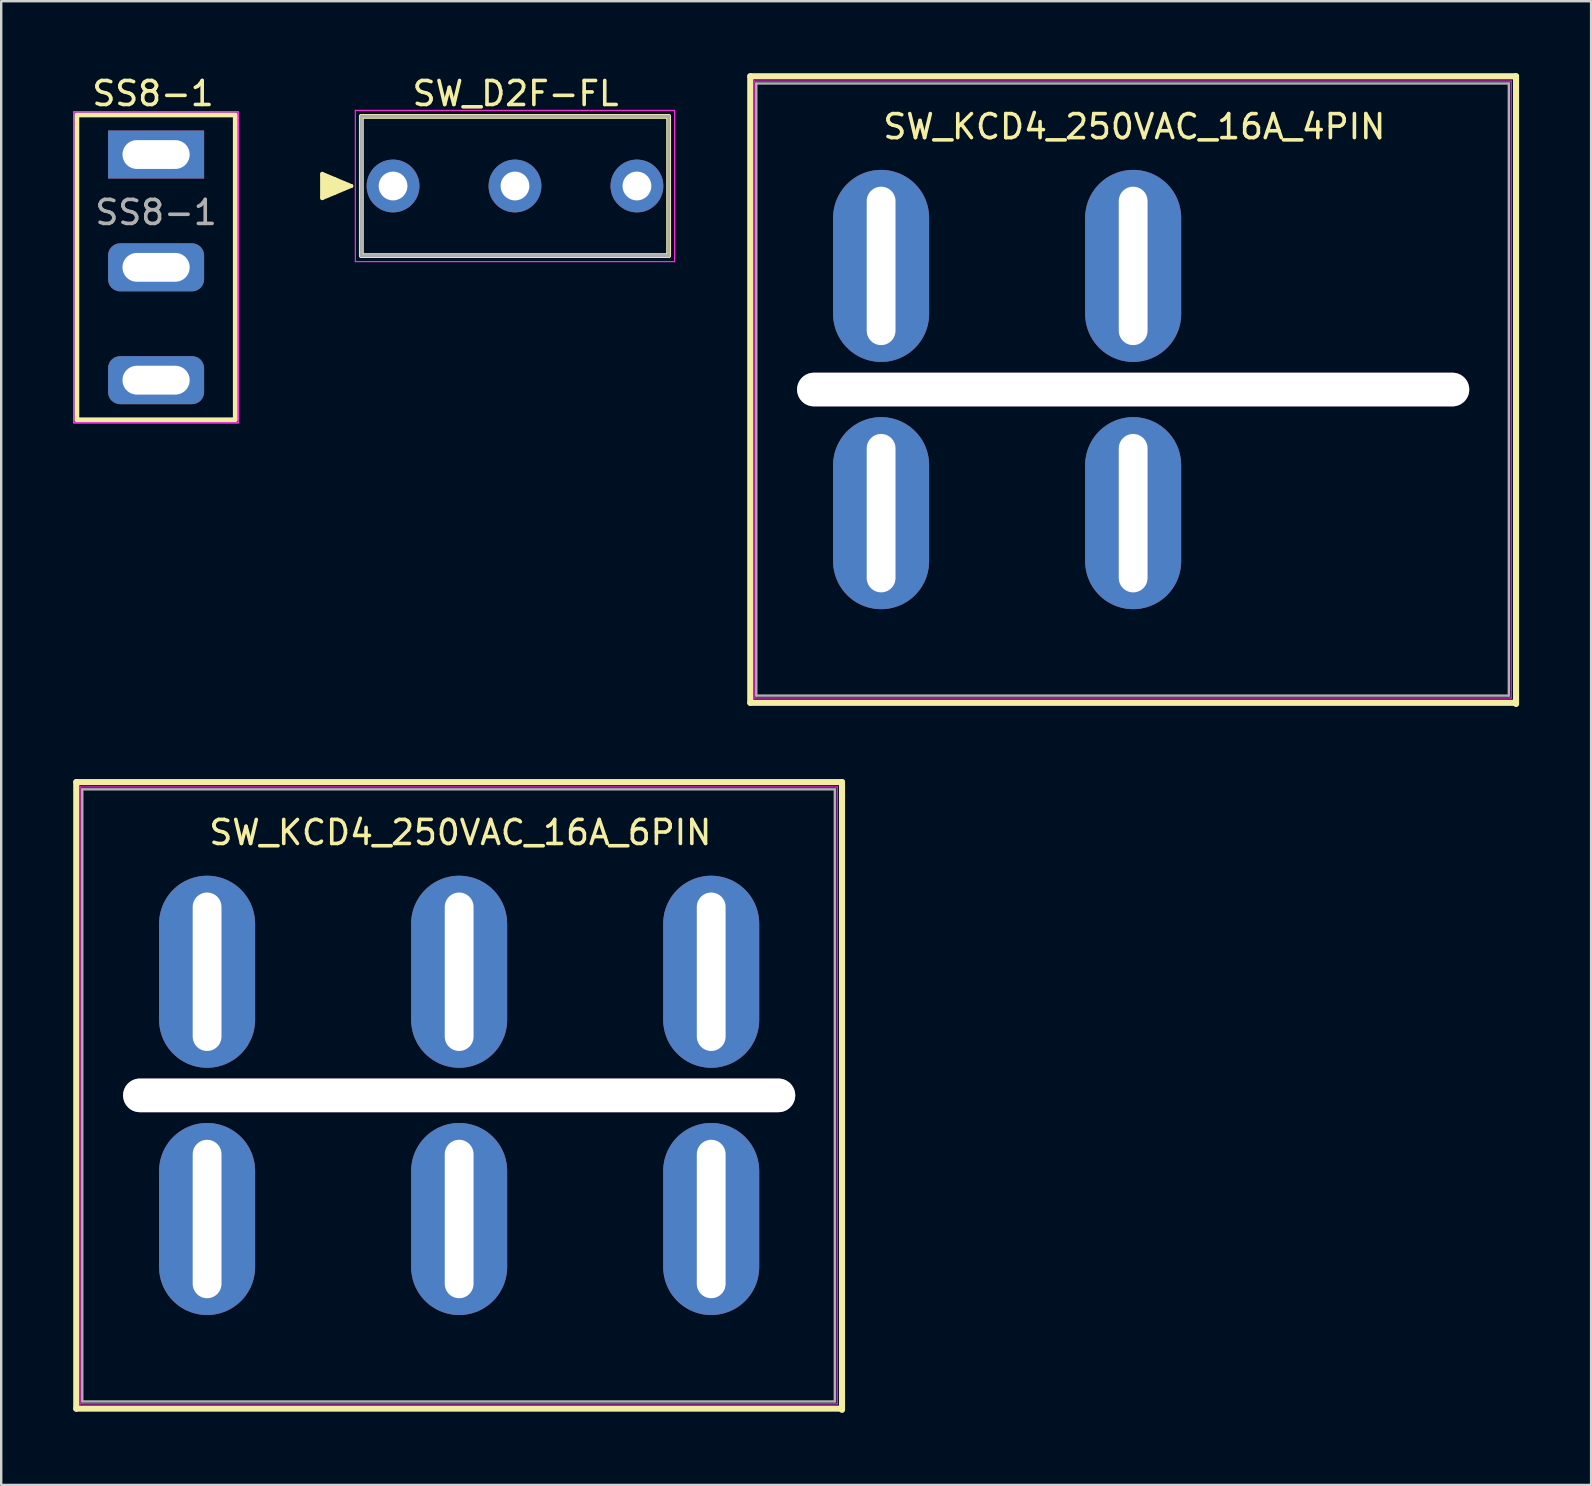
<source format=kicad_pcb>
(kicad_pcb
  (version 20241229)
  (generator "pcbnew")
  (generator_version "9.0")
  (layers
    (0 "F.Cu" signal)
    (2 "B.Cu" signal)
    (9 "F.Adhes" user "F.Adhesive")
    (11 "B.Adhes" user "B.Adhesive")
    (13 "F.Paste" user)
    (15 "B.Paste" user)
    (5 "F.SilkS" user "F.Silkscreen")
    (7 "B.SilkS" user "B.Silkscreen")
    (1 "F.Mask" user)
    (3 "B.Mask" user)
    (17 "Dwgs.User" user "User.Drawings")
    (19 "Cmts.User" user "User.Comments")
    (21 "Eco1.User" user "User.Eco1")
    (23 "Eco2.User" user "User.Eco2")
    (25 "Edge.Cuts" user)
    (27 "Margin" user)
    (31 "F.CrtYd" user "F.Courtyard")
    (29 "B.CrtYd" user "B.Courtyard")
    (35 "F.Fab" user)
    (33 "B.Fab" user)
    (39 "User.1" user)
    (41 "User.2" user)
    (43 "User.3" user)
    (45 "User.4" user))
  (footprint "SW_KCD4_250VAC_16A_6PIN"
    (layer "F.Cu")
    (at 16.077 42.581)
    (property "Reference" "SW_KCD4_250VAC_16A_6PIN" (at 0.05 -10.95 180) (layer "F.SilkS") (effects (font (size 1 1) (thickness 0.15))))
    (attr through_hole)
    (fp_line (start -15.95 13.05) (end -15.95 -13.05) (stroke (width 0.254) (type solid)) (layer "F.SilkS"))
    (fp_line (start 15.95 -13.05) (end -15.95 -13.05) (stroke (width 0.254) (type solid)) (layer "F.SilkS"))
    (fp_line (start 15.95 -13.05) (end 15.95 13.1) (stroke (width 0.254) (type solid)) (layer "F.SilkS"))
    (fp_line (start 15.95 13.05) (end -15.95 13.05) (stroke (width 0.254) (type solid)) (layer "F.SilkS"))
    (fp_line (start -15.79 -12.85) (end 15.75 -12.85) (stroke (width 0.05) (type solid)) (layer "F.CrtYd"))
    (fp_line (start -15.79 12.85) (end -15.79 -12.85) (stroke (width 0.05) (type solid)) (layer "F.CrtYd"))
    (fp_line (start -15.79 12.85) (end 15.75 12.85) (stroke (width 0.05) (type solid)) (layer "F.CrtYd"))
    (fp_line (start 15.75 -12.85) (end 15.75 12.85) (stroke (width 0.05) (type solid)) (layer "F.CrtYd"))
    (fp_line (start -15.7 -12.75) (end -15.7 12.75) (stroke (width 0.1) (type solid)) (layer "F.Fab"))
    (fp_line (start -15.7 -12.75) (end 15.65 -12.75) (stroke (width 0.1) (type solid)) (layer "F.Fab"))
    (fp_line (start 15.65 12.75) (end -15.7 12.75) (stroke (width 0.1) (type solid)) (layer "F.Fab"))
    (fp_line (start 15.65 12.75) (end 15.65 -12.75) (stroke (width 0.1) (type solid)) (layer "F.Fab"))
    (pad "" thru_hole oval (at 0 0) (size 28 1.4) (drill oval 28 1.4) (layers "*.Cu" "*.Mask"))
    (pad "1" thru_hole oval (at -10.5 -5.15 180) (size 4 8) (drill oval 1.2 6.6) (layers "*.Cu" "*.Mask"))
    (pad "2" thru_hole oval (at -10.5 5.15 180) (size 4 8) (drill oval 1.2 6.6) (layers "*.Cu" "*.Mask"))
    (pad "3" thru_hole oval (at 0 5.15 180) (size 4 8) (drill oval 1.2 6.6) (layers "*.Cu" "*.Mask"))
    (pad "4" thru_hole oval (at 0 -5.15 180) (size 4 8) (drill oval 1.2 6.6) (layers "*.Cu" "*.Mask"))
    (pad "5" thru_hole oval (at 10.5 5.15 180) (size 4 8) (drill oval 1.2 6.6) (layers "*.Cu" "*.Mask"))
    (pad "6" thru_hole oval (at 10.5 -5.15 180) (size 4 8) (drill oval 1.2 6.6) (layers "*.Cu" "*.Mask")))
  (footprint "SS8-1"
    (layer "F.Cu")
    (at 3.452 8.087)
    (property "Reference" "SS8-1" (at -0.127 -7.239 0) (layer "F.SilkS") (effects (font (size 1 1) (thickness 0.15))))
    (attr through_hole)
    (fp_rect (start -3.3 6.35) (end 3.3 -6.35) (stroke (width 0.2) (type solid)) (fill no) (layer "F.SilkS"))
    (fp_rect (start -3.427 6.477) (end 3.427 -6.477) (stroke (width 0.05) (type solid)) (fill no) (layer "F.CrtYd"))
    (fp_rect (start -3.427 6.477) (end 3.427 -6.477) (stroke (width 0.05) (type solid)) (fill no) (layer "F.Fab"))
    (fp_text user "${REFERENCE}" (at 0 -2.286 0) (layer "F.Fab") (effects (font (size 1 1) (thickness 0.15))))
    (pad "1" thru_hole trapezoid (at 0 -4.7) (size 4 2) (drill oval 2.8 1.2) (layers "*.Cu" "*.Mask"))
    (pad "2" thru_hole roundrect (at 0 0) (size 4 2) (drill oval 2.8 1.2) (layers "*.Cu" "*.Mask") (roundrect_rratio 0.25))
    (pad "3" thru_hole roundrect (at 0 4.7) (size 4 2) (drill oval 2.8 1.2) (layers "*.Cu" "*.Mask") (roundrect_rratio 0.25)))
  (footprint "SW_D2F-FL"
    (layer "F.Cu")
    (at 18.403 4.698)
    (property "Reference" "SW_D2F-FL" (at 0.025 -3.85 0) (layer "F.SilkS") (effects (font (size 1 1) (thickness 0.15))))
    (attr through_hole)
    (fp_line (start -6.4 -2.9) (end 6.4 -2.9) (stroke (width 0.2) (type solid)) (layer "F.SilkS"))
    (fp_line (start -6.4 2.9) (end -6.4 -2.9) (stroke (width 0.2) (type solid)) (layer "F.SilkS"))
    (fp_line (start 6.4 -2.9) (end 6.4 2.9) (stroke (width 0.2) (type solid)) (layer "F.SilkS"))
    (fp_line (start 6.4 2.9) (end -6.4 2.9) (stroke (width 0.2) (type solid)) (layer "F.SilkS"))
    (fp_line (start -6.65 -3.15) (end 6.65 -3.15) (stroke (width 0.05) (type solid)) (layer "F.CrtYd"))
    (fp_line (start -6.65 3.15) (end -6.65 -3.15) (stroke (width 0.05) (type solid)) (layer "F.CrtYd"))
    (fp_line (start 6.65 -3.15) (end 6.65 3.15) (stroke (width 0.05) (type solid)) (layer "F.CrtYd"))
    (fp_line (start 6.65 3.15) (end -6.65 3.15) (stroke (width 0.05) (type solid)) (layer "F.CrtYd"))
    (fp_line (start -6.4 -2.9) (end 6.4 -2.9) (stroke (width 0.127) (type solid)) (layer "F.Fab"))
    (fp_line (start -6.4 2.9) (end -6.4 -2.9) (stroke (width 0.127) (type solid)) (layer "F.Fab"))
    (fp_line (start 6.4 -2.9) (end 6.4 2.9) (stroke (width 0.127) (type solid)) (layer "F.Fab"))
    (fp_line (start 6.4 2.9) (end -6.4 2.9) (stroke (width 0.127) (type solid)) (layer "F.Fab"))
    (fp_text user "▲" (at -7.3 0 270) (unlocked yes) (layer "F.SilkS") (effects (font (size 1.6 1.2) (thickness 0.15))))
    (pad "1" thru_hole circle (at 0 0) (size 2.2 2.2) (drill 1.2) (layers "*.Cu" "*.Mask"))
    (pad "2" thru_hole circle (at -5.08 0) (size 2.2 2.2) (drill 1.2) (layers "*.Cu" "*.Mask"))
    (pad "3" thru_hole circle (at 5.08 0) (size 2.2 2.2) (drill 1.2) (layers "*.Cu" "*.Mask")))
  (footprint "SW_KCD4_250VAC_16A_4PIN"
    (layer "F.Cu")
    (at 44.155 13.177)
    (property "Reference" "SW_KCD4_250VAC_16A_4PIN" (at 0.05 -10.95 180) (layer "F.SilkS") (effects (font (size 1 1) (thickness 0.15))))
    (attr through_hole)
    (fp_line (start -15.95 13.05) (end -15.95 -13.05) (stroke (width 0.254) (type solid)) (layer "F.SilkS"))
    (fp_line (start 15.95 -13.05) (end -15.95 -13.05) (stroke (width 0.254) (type solid)) (layer "F.SilkS"))
    (fp_line (start 15.95 -13.05) (end 15.95 13.1) (stroke (width 0.254) (type solid)) (layer "F.SilkS"))
    (fp_line (start 15.95 13.05) (end -15.95 13.05) (stroke (width 0.254) (type solid)) (layer "F.SilkS"))
    (fp_line (start -15.79 -12.85) (end 15.75 -12.85) (stroke (width 0.05) (type solid)) (layer "F.CrtYd"))
    (fp_line (start -15.79 12.85) (end -15.79 -12.85) (stroke (width 0.05) (type solid)) (layer "F.CrtYd"))
    (fp_line (start -15.79 12.85) (end 15.75 12.85) (stroke (width 0.05) (type solid)) (layer "F.CrtYd"))
    (fp_line (start 15.75 -12.85) (end 15.75 12.85) (stroke (width 0.05) (type solid)) (layer "F.CrtYd"))
    (fp_line (start -15.7 -12.75) (end -15.7 12.75) (stroke (width 0.1) (type solid)) (layer "F.Fab"))
    (fp_line (start -15.7 -12.75) (end 15.65 -12.75) (stroke (width 0.1) (type solid)) (layer "F.Fab"))
    (fp_line (start 15.65 12.75) (end -15.7 12.75) (stroke (width 0.1) (type solid)) (layer "F.Fab"))
    (fp_line (start 15.65 12.75) (end 15.65 -12.75) (stroke (width 0.1) (type solid)) (layer "F.Fab"))
    (pad "" thru_hole oval (at 0 0) (size 28 1.4) (drill oval 28 1.4) (layers "*.Cu" "*.Mask"))
    (pad "1" thru_hole oval (at -10.5 -5.15 180) (size 4 8) (drill oval 1.2 6.6) (layers "*.Cu" "*.Mask"))
    (pad "2" thru_hole oval (at -10.5 5.15 180) (size 4 8) (drill oval 1.2 6.6) (layers "*.Cu" "*.Mask"))
    (pad "3" thru_hole oval (at 0 5.15 180) (size 4 8) (drill oval 1.2 6.6) (layers "*.Cu" "*.Mask"))
    (pad "4" thru_hole oval (at 0 -5.15 180) (size 4 8) (drill oval 1.2 6.6) (layers "*.Cu" "*.Mask")))
  (gr_rect
    (start -3 -3)
    (end 63.232 58.808)
    (stroke (width 0.1) (type default))
    (fill no)
    (layer "Edge.Cuts")))
</source>
